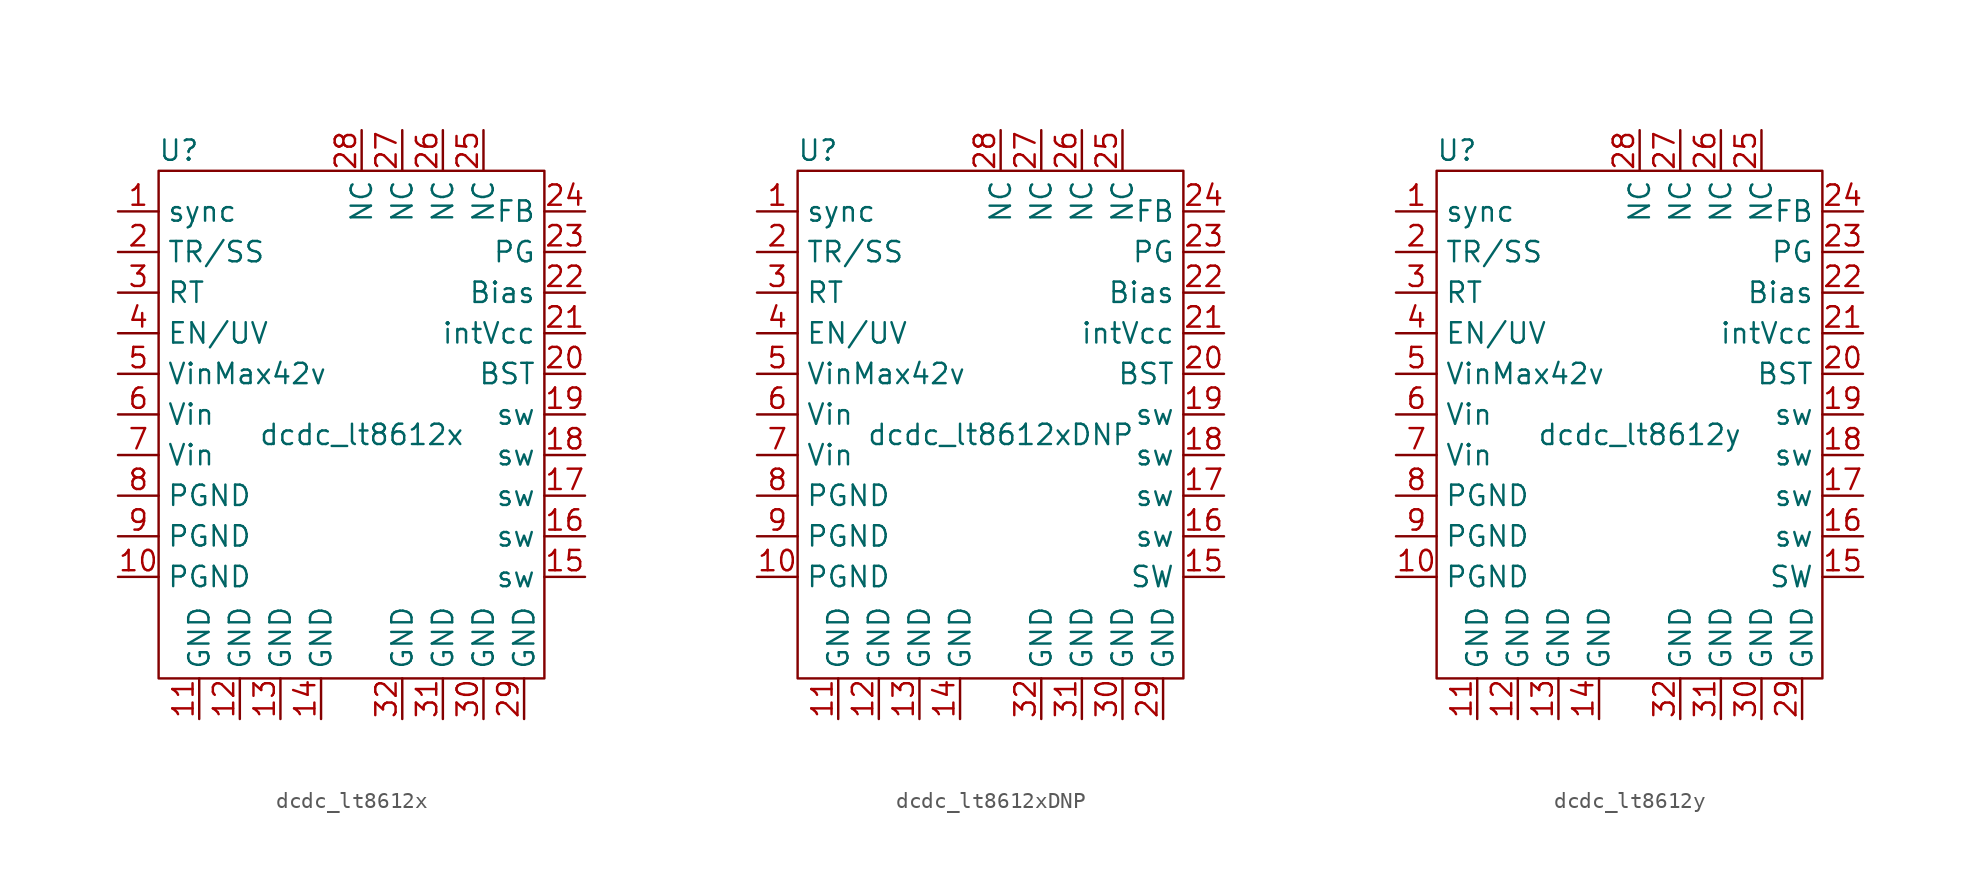
<source format=kicad_sym>
(kicad_symbol_lib
  (version 20211014)
  (generator kicad_symbol_editor)
  (symbol "dcdc_lt8612x"
    (property "Reference" "U"
      (at -7.62 3.81 0)
      (effects (font (size 1.27 1.27))))
    (property "Value" "dcdc_lt8612x"
      (at 3.81 -13.97 0)
      (effects (font (size 1.27 1.27))))
    (symbol "dcdc_lt8612x_0_0"
      (pin input line (at -11.43 0 0) (length 2.54) (name "sync" (effects (font (size 1.27 1.27)))) (number "1" (effects (font (size 1.27 1.27)))))
      (pin passive line (at -11.43 -22.86 0) (length 2.54) (name "PGND" (effects (font (size 1.27 1.27)))) (number "10" (effects (font (size 1.27 1.27)))))
      (pin passive line (at -6.35 -31.75 90) (length 2.54) (name "GND" (effects (font (size 1.27 1.27)))) (number "11" (effects (font (size 1.27 1.27)))))
      (pin passive line (at -3.81 -31.75 90) (length 2.54) (name "GND" (effects (font (size 1.27 1.27)))) (number "12" (effects (font (size 1.27 1.27)))))
      (pin passive line (at -1.27 -31.75 90) (length 2.54) (name "GND" (effects (font (size 1.27 1.27)))) (number "13" (effects (font (size 1.27 1.27)))))
      (pin passive line (at 1.27 -31.75 90) (length 2.54) (name "GND" (effects (font (size 1.27 1.27)))) (number "14" (effects (font (size 1.27 1.27)))))
      (pin passive line (at 17.78 -22.86 180) (length 2.54) (name "sw" (effects (font (size 1.27 1.27)))) (number "15" (effects (font (size 1.27 1.27)))))
      (pin passive line (at 17.78 -20.32 180) (length 2.54) (name "sw" (effects (font (size 1.27 1.27)))) (number "16" (effects (font (size 1.27 1.27)))))
      (pin passive line (at 17.78 -17.78 180) (length 2.54) (name "sw" (effects (font (size 1.27 1.27)))) (number "17" (effects (font (size 1.27 1.27)))))
      (pin passive line (at 17.78 -15.24 180) (length 2.54) (name "sw" (effects (font (size 1.27 1.27)))) (number "18" (effects (font (size 1.27 1.27)))))
      (pin passive line (at 17.78 -12.7 180) (length 2.54) (name "sw" (effects (font (size 1.27 1.27)))) (number "19" (effects (font (size 1.27 1.27)))))
      (pin input line (at -11.43 -2.54 0) (length 2.54) (name "TR/SS" (effects (font (size 1.27 1.27)))) (number "2" (effects (font (size 1.27 1.27)))))
      (pin input line (at 17.78 -10.16 180) (length 2.54) (name "BST" (effects (font (size 1.27 1.27)))) (number "20" (effects (font (size 1.27 1.27)))))
      (pin passive line (at 17.78 -7.62 180) (length 2.54) (name "intVcc" (effects (font (size 1.27 1.27)))) (number "21" (effects (font (size 1.27 1.27)))))
      (pin input line (at 17.78 -5.08 180) (length 2.54) (name "Bias" (effects (font (size 1.27 1.27)))) (number "22" (effects (font (size 1.27 1.27)))))
      (pin open_collector line (at 17.78 -2.54 180) (length 2.54) (name "PG" (effects (font (size 1.27 1.27)))) (number "23" (effects (font (size 1.27 1.27)))))
      (pin input line (at 17.78 0 180) (length 2.54) (name "FB" (effects (font (size 1.27 1.27)))) (number "24" (effects (font (size 1.27 1.27)))))
      (pin passive line (at 11.43 5.08 270) (length 2.54) (name "NC" (effects (font (size 1.27 1.27)))) (number "25" (effects (font (size 1.27 1.27)))))
      (pin passive line (at 8.89 5.08 270) (length 2.54) (name "NC" (effects (font (size 1.27 1.27)))) (number "26" (effects (font (size 1.27 1.27)))))
      (pin passive line (at 6.35 5.08 270) (length 2.54) (name "NC" (effects (font (size 1.27 1.27)))) (number "27" (effects (font (size 1.27 1.27)))))
      (pin passive line (at 3.81 5.08 270) (length 2.54) (name "NC" (effects (font (size 1.27 1.27)))) (number "28" (effects (font (size 1.27 1.27)))))
      (pin passive line (at 13.97 -31.75 90) (length 2.54) (name "GND" (effects (font (size 1.27 1.27)))) (number "29" (effects (font (size 1.27 1.27)))))
      (pin input line (at -11.43 -5.08 0) (length 2.54) (name "RT" (effects (font (size 1.27 1.27)))) (number "3" (effects (font (size 1.27 1.27)))))
      (pin passive line (at 11.43 -31.75 90) (length 2.54) (name "GND" (effects (font (size 1.27 1.27)))) (number "30" (effects (font (size 1.27 1.27)))))
      (pin passive line (at 8.89 -31.75 90) (length 2.54) (name "GND" (effects (font (size 1.27 1.27)))) (number "31" (effects (font (size 1.27 1.27)))))
      (pin passive line (at 6.35 -31.75 90) (length 2.54) (name "GND" (effects (font (size 1.27 1.27)))) (number "32" (effects (font (size 1.27 1.27)))))
      (pin input line (at -11.43 -7.62 0) (length 2.54) (name "EN/UV" (effects (font (size 1.27 1.27)))) (number "4" (effects (font (size 1.27 1.27)))))
      (pin passive line (at -11.43 -10.16 0) (length 2.54) (name "VinMax42v" (effects (font (size 1.27 1.27)))) (number "5" (effects (font (size 1.27 1.27)))))
      (pin passive line (at -11.43 -12.7 0) (length 2.54) (name "Vin" (effects (font (size 1.27 1.27)))) (number "6" (effects (font (size 1.27 1.27)))))
      (pin passive line (at -11.43 -15.24 0) (length 2.54) (name "Vin" (effects (font (size 1.27 1.27)))) (number "7" (effects (font (size 1.27 1.27)))))
      (pin passive line (at -11.43 -17.78 0) (length 2.54) (name "PGND" (effects (font (size 1.27 1.27)))) (number "8" (effects (font (size 1.27 1.27)))))
      (pin passive line (at -11.43 -20.32 0) (length 2.54) (name "PGND" (effects (font (size 1.27 1.27)))) (number "9" (effects (font (size 1.27 1.27))))))
    (symbol "dcdc_lt8612x_0_1"
      (rectangle (start -8.89 2.54) (end 15.24 -29.21) (stroke (width 0) (type default) (color 0 0 0 0)) (fill (type none)))))
  (symbol "dcdc_lt8612xDNP"
    (property "Reference" "U"
      (at -7.62 3.81 0)
      (effects (font (size 1.27 1.27))))
    (property "Value" "dcdc_lt8612xDNP"
      (at 3.81 -13.97 0)
      (effects (font (size 1.27 1.27))))
    (symbol "dcdc_lt8612xDNP_0_0"
      (pin input line (at -11.43 0 0) (length 2.54) (name "sync" (effects (font (size 1.27 1.27)))) (number "1" (effects (font (size 1.27 1.27)))))
      (pin power_out line (at -11.43 -22.86 0) (length 2.54) (name "PGND" (effects (font (size 1.27 1.27)))) (number "10" (effects (font (size 1.27 1.27)))))
      (pin power_out line (at -6.35 -31.75 90) (length 2.54) (name "GND" (effects (font (size 1.27 1.27)))) (number "11" (effects (font (size 1.27 1.27)))))
      (pin power_out line (at -3.81 -31.75 90) (length 2.54) (name "GND" (effects (font (size 1.27 1.27)))) (number "12" (effects (font (size 1.27 1.27)))))
      (pin power_out line (at -1.27 -31.75 90) (length 2.54) (name "GND" (effects (font (size 1.27 1.27)))) (number "13" (effects (font (size 1.27 1.27)))))
      (pin power_out line (at 1.27 -31.75 90) (length 2.54) (name "GND" (effects (font (size 1.27 1.27)))) (number "14" (effects (font (size 1.27 1.27)))))
      (pin power_out line (at 17.78 -22.86 180) (length 2.54) (name "SW" (effects (font (size 1.27 1.27)))) (number "15" (effects (font (size 1.27 1.27)))))
      (pin power_out line (at 17.78 -20.32 180) (length 2.54) (name "sw" (effects (font (size 1.27 1.27)))) (number "16" (effects (font (size 1.27 1.27)))))
      (pin power_out line (at 17.78 -17.78 180) (length 2.54) (name "sw" (effects (font (size 1.27 1.27)))) (number "17" (effects (font (size 1.27 1.27)))))
      (pin power_out line (at 17.78 -15.24 180) (length 2.54) (name "sw" (effects (font (size 1.27 1.27)))) (number "18" (effects (font (size 1.27 1.27)))))
      (pin power_out line (at 17.78 -12.7 180) (length 2.54) (name "sw" (effects (font (size 1.27 1.27)))) (number "19" (effects (font (size 1.27 1.27)))))
      (pin input line (at -11.43 -2.54 0) (length 2.54) (name "TR/SS" (effects (font (size 1.27 1.27)))) (number "2" (effects (font (size 1.27 1.27)))))
      (pin power_out line (at 17.78 -10.16 180) (length 2.54) (name "BST" (effects (font (size 1.27 1.27)))) (number "20" (effects (font (size 1.27 1.27)))))
      (pin power_out line (at 17.78 -7.62 180) (length 2.54) (name "intVcc" (effects (font (size 1.27 1.27)))) (number "21" (effects (font (size 1.27 1.27)))))
      (pin input line (at 17.78 -5.08 180) (length 2.54) (name "Bias" (effects (font (size 1.27 1.27)))) (number "22" (effects (font (size 1.27 1.27)))))
      (pin open_collector line (at 17.78 -2.54 180) (length 2.54) (name "PG" (effects (font (size 1.27 1.27)))) (number "23" (effects (font (size 1.27 1.27)))))
      (pin input line (at 17.78 0 180) (length 2.54) (name "FB" (effects (font (size 1.27 1.27)))) (number "24" (effects (font (size 1.27 1.27)))))
      (pin power_out line (at 11.43 5.08 270) (length 2.54) (name "NC" (effects (font (size 1.27 1.27)))) (number "25" (effects (font (size 1.27 1.27)))))
      (pin power_out line (at 8.89 5.08 270) (length 2.54) (name "NC" (effects (font (size 1.27 1.27)))) (number "26" (effects (font (size 1.27 1.27)))))
      (pin power_out line (at 6.35 5.08 270) (length 2.54) (name "NC" (effects (font (size 1.27 1.27)))) (number "27" (effects (font (size 1.27 1.27)))))
      (pin power_out line (at 3.81 5.08 270) (length 2.54) (name "NC" (effects (font (size 1.27 1.27)))) (number "28" (effects (font (size 1.27 1.27)))))
      (pin power_out line (at 13.97 -31.75 90) (length 2.54) (name "GND" (effects (font (size 1.27 1.27)))) (number "29" (effects (font (size 1.27 1.27)))))
      (pin input line (at -11.43 -5.08 0) (length 2.54) (name "RT" (effects (font (size 1.27 1.27)))) (number "3" (effects (font (size 1.27 1.27)))))
      (pin power_out line (at 11.43 -31.75 90) (length 2.54) (name "GND" (effects (font (size 1.27 1.27)))) (number "30" (effects (font (size 1.27 1.27)))))
      (pin power_out line (at 8.89 -31.75 90) (length 2.54) (name "GND" (effects (font (size 1.27 1.27)))) (number "31" (effects (font (size 1.27 1.27)))))
      (pin power_out line (at 6.35 -31.75 90) (length 2.54) (name "GND" (effects (font (size 1.27 1.27)))) (number "32" (effects (font (size 1.27 1.27)))))
      (pin input line (at -11.43 -7.62 0) (length 2.54) (name "EN/UV" (effects (font (size 1.27 1.27)))) (number "4" (effects (font (size 1.27 1.27)))))
      (pin power_in line (at -11.43 -10.16 0) (length 2.54) (name "VinMax42v" (effects (font (size 1.27 1.27)))) (number "5" (effects (font (size 1.27 1.27)))))
      (pin power_in line (at -11.43 -12.7 0) (length 2.54) (name "Vin" (effects (font (size 1.27 1.27)))) (number "6" (effects (font (size 1.27 1.27)))))
      (pin power_in line (at -11.43 -15.24 0) (length 2.54) (name "Vin" (effects (font (size 1.27 1.27)))) (number "7" (effects (font (size 1.27 1.27)))))
      (pin power_out line (at -11.43 -17.78 0) (length 2.54) (name "PGND" (effects (font (size 1.27 1.27)))) (number "8" (effects (font (size 1.27 1.27)))))
      (pin power_out line (at -11.43 -20.32 0) (length 2.54) (name "PGND" (effects (font (size 1.27 1.27)))) (number "9" (effects (font (size 1.27 1.27))))))
    (symbol "dcdc_lt8612xDNP_0_1"
      (rectangle (start -8.89 2.54) (end 15.24 -29.21) (stroke (width 0) (type default) (color 0 0 0 0)) (fill (type none)))))
  (symbol "dcdc_lt8612y"
    (property "Reference" "U"
      (at -7.62 3.81 0)
      (effects (font (size 1.27 1.27))))
    (property "Value" "dcdc_lt8612y"
      (at 3.81 -13.97 0)
      (effects (font (size 1.27 1.27))))
    (symbol "dcdc_lt8612y_0_0"
      (pin input line (at -11.43 0 0) (length 2.54) (name "sync" (effects (font (size 1.27 1.27)))) (number "1" (effects (font (size 1.27 1.27)))))
      (pin power_out line (at -11.43 -22.86 0) (length 2.54) (name "PGND" (effects (font (size 1.27 1.27)))) (number "10" (effects (font (size 1.27 1.27)))))
      (pin power_out line (at -6.35 -31.75 90) (length 2.54) (name "GND" (effects (font (size 1.27 1.27)))) (number "11" (effects (font (size 1.27 1.27)))))
      (pin power_out line (at -3.81 -31.75 90) (length 2.54) (name "GND" (effects (font (size 1.27 1.27)))) (number "12" (effects (font (size 1.27 1.27)))))
      (pin power_out line (at -1.27 -31.75 90) (length 2.54) (name "GND" (effects (font (size 1.27 1.27)))) (number "13" (effects (font (size 1.27 1.27)))))
      (pin power_out line (at 1.27 -31.75 90) (length 2.54) (name "GND" (effects (font (size 1.27 1.27)))) (number "14" (effects (font (size 1.27 1.27)))))
      (pin power_out line (at 17.78 -22.86 180) (length 2.54) (name "SW" (effects (font (size 1.27 1.27)))) (number "15" (effects (font (size 1.27 1.27)))))
      (pin power_out line (at 17.78 -20.32 180) (length 2.54) (name "sw" (effects (font (size 1.27 1.27)))) (number "16" (effects (font (size 1.27 1.27)))))
      (pin power_out line (at 17.78 -17.78 180) (length 2.54) (name "sw" (effects (font (size 1.27 1.27)))) (number "17" (effects (font (size 1.27 1.27)))))
      (pin power_out line (at 17.78 -15.24 180) (length 2.54) (name "sw" (effects (font (size 1.27 1.27)))) (number "18" (effects (font (size 1.27 1.27)))))
      (pin power_out line (at 17.78 -12.7 180) (length 2.54) (name "sw" (effects (font (size 1.27 1.27)))) (number "19" (effects (font (size 1.27 1.27)))))
      (pin input line (at -11.43 -2.54 0) (length 2.54) (name "TR/SS" (effects (font (size 1.27 1.27)))) (number "2" (effects (font (size 1.27 1.27)))))
      (pin power_out line (at 17.78 -10.16 180) (length 2.54) (name "BST" (effects (font (size 1.27 1.27)))) (number "20" (effects (font (size 1.27 1.27)))))
      (pin power_out line (at 17.78 -7.62 180) (length 2.54) (name "intVcc" (effects (font (size 1.27 1.27)))) (number "21" (effects (font (size 1.27 1.27)))))
      (pin input line (at 17.78 -5.08 180) (length 2.54) (name "Bias" (effects (font (size 1.27 1.27)))) (number "22" (effects (font (size 1.27 1.27)))))
      (pin open_collector line (at 17.78 -2.54 180) (length 2.54) (name "PG" (effects (font (size 1.27 1.27)))) (number "23" (effects (font (size 1.27 1.27)))))
      (pin input line (at 17.78 0 180) (length 2.54) (name "FB" (effects (font (size 1.27 1.27)))) (number "24" (effects (font (size 1.27 1.27)))))
      (pin power_out line (at 11.43 5.08 270) (length 2.54) (name "NC" (effects (font (size 1.27 1.27)))) (number "25" (effects (font (size 1.27 1.27)))))
      (pin power_out line (at 8.89 5.08 270) (length 2.54) (name "NC" (effects (font (size 1.27 1.27)))) (number "26" (effects (font (size 1.27 1.27)))))
      (pin power_out line (at 6.35 5.08 270) (length 2.54) (name "NC" (effects (font (size 1.27 1.27)))) (number "27" (effects (font (size 1.27 1.27)))))
      (pin power_out line (at 3.81 5.08 270) (length 2.54) (name "NC" (effects (font (size 1.27 1.27)))) (number "28" (effects (font (size 1.27 1.27)))))
      (pin power_out line (at 13.97 -31.75 90) (length 2.54) (name "GND" (effects (font (size 1.27 1.27)))) (number "29" (effects (font (size 1.27 1.27)))))
      (pin input line (at -11.43 -5.08 0) (length 2.54) (name "RT" (effects (font (size 1.27 1.27)))) (number "3" (effects (font (size 1.27 1.27)))))
      (pin power_out line (at 11.43 -31.75 90) (length 2.54) (name "GND" (effects (font (size 1.27 1.27)))) (number "30" (effects (font (size 1.27 1.27)))))
      (pin power_out line (at 8.89 -31.75 90) (length 2.54) (name "GND" (effects (font (size 1.27 1.27)))) (number "31" (effects (font (size 1.27 1.27)))))
      (pin power_out line (at 6.35 -31.75 90) (length 2.54) (name "GND" (effects (font (size 1.27 1.27)))) (number "32" (effects (font (size 1.27 1.27)))))
      (pin input line (at -11.43 -7.62 0) (length 2.54) (name "EN/UV" (effects (font (size 1.27 1.27)))) (number "4" (effects (font (size 1.27 1.27)))))
      (pin power_in line (at -11.43 -10.16 0) (length 2.54) (name "VinMax42v" (effects (font (size 1.27 1.27)))) (number "5" (effects (font (size 1.27 1.27)))))
      (pin power_in line (at -11.43 -12.7 0) (length 2.54) (name "Vin" (effects (font (size 1.27 1.27)))) (number "6" (effects (font (size 1.27 1.27)))))
      (pin power_in line (at -11.43 -15.24 0) (length 2.54) (name "Vin" (effects (font (size 1.27 1.27)))) (number "7" (effects (font (size 1.27 1.27)))))
      (pin power_out line (at -11.43 -17.78 0) (length 2.54) (name "PGND" (effects (font (size 1.27 1.27)))) (number "8" (effects (font (size 1.27 1.27)))))
      (pin power_out line (at -11.43 -20.32 0) (length 2.54) (name "PGND" (effects (font (size 1.27 1.27)))) (number "9" (effects (font (size 1.27 1.27))))))
    (symbol "dcdc_lt8612y_0_1"
      (rectangle (start -8.89 2.54) (end 15.24 -29.21) (stroke (width 0) (type default) (color 0 0 0 0)) (fill (type none))))))
</source>
